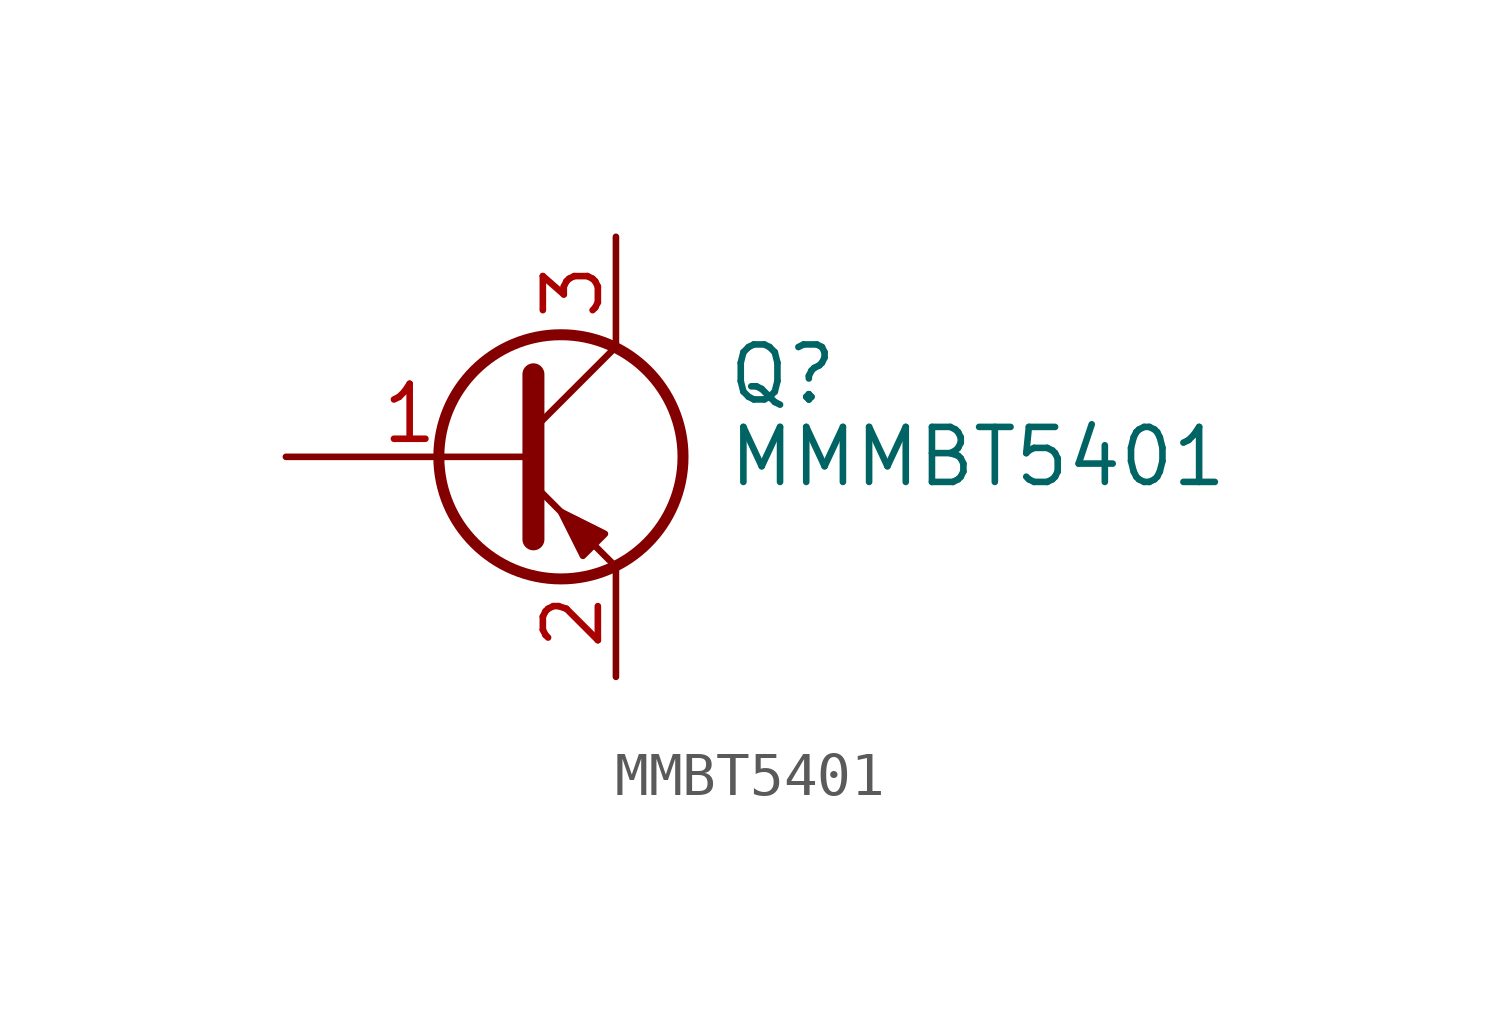
<source format=kicad_sym>
(kicad_symbol_lib
  (version 20220914)
  (generator kicad_symbol_editor)
  (symbol "MMBT5401"
    (pin_names
      (offset 0) hide)
    (property "Reference" "Q"
      (at 5.08 1.905 0)
      (effects (font (size 1.27 1.27)) (justify left)))
    (property "Value" "MMMBT5401"
      (at 5.08 0 0)
      (effects (font (size 1.27 1.27)) (justify left)))
    (symbol "MMBT5401_0_1"
      (polyline (pts (xy 0.635 0.635) (xy 2.54 2.54)) (stroke (width 0) (type default)) (fill (type none)))
      (polyline (pts (xy 0.635 -0.635) (xy 2.54 -2.54) (xy 2.54 -2.54)) (stroke (width 0) (type default)) (fill (type none)))
      (polyline (pts (xy 0.635 1.905) (xy 0.635 -1.905) (xy 0.635 -1.905)) (stroke (width 0.508) (type default)) (fill (type none)))
      (polyline (pts (xy 2.286 -1.778) (xy 1.778 -2.286) (xy 1.27 -1.27) (xy 2.286 -1.778) (xy 2.286 -1.778)) (stroke (width 0) (type default)) (fill (type outline)))
      (circle (center 1.27 0) (radius 2.819) (stroke (width 0.254) (type default)) (fill (type none))))
    (symbol "MMBT5401_1_1"
      (pin input line (at -5.08 0 0) (length 5.715) (name "B" (effects (font (size 1.27 1.27)))) (number "1" (effects (font (size 1.27 1.27)))))
      (pin passive line (at 2.54 -5.08 90) (length 2.54) (name "E" (effects (font (size 1.27 1.27)))) (number "2" (effects (font (size 1.27 1.27)))))
      (pin passive line (at 2.54 5.08 270) (length 2.54) (name "C" (effects (font (size 1.27 1.27)))) (number "3" (effects (font (size 1.27 1.27))))))))
</source>
